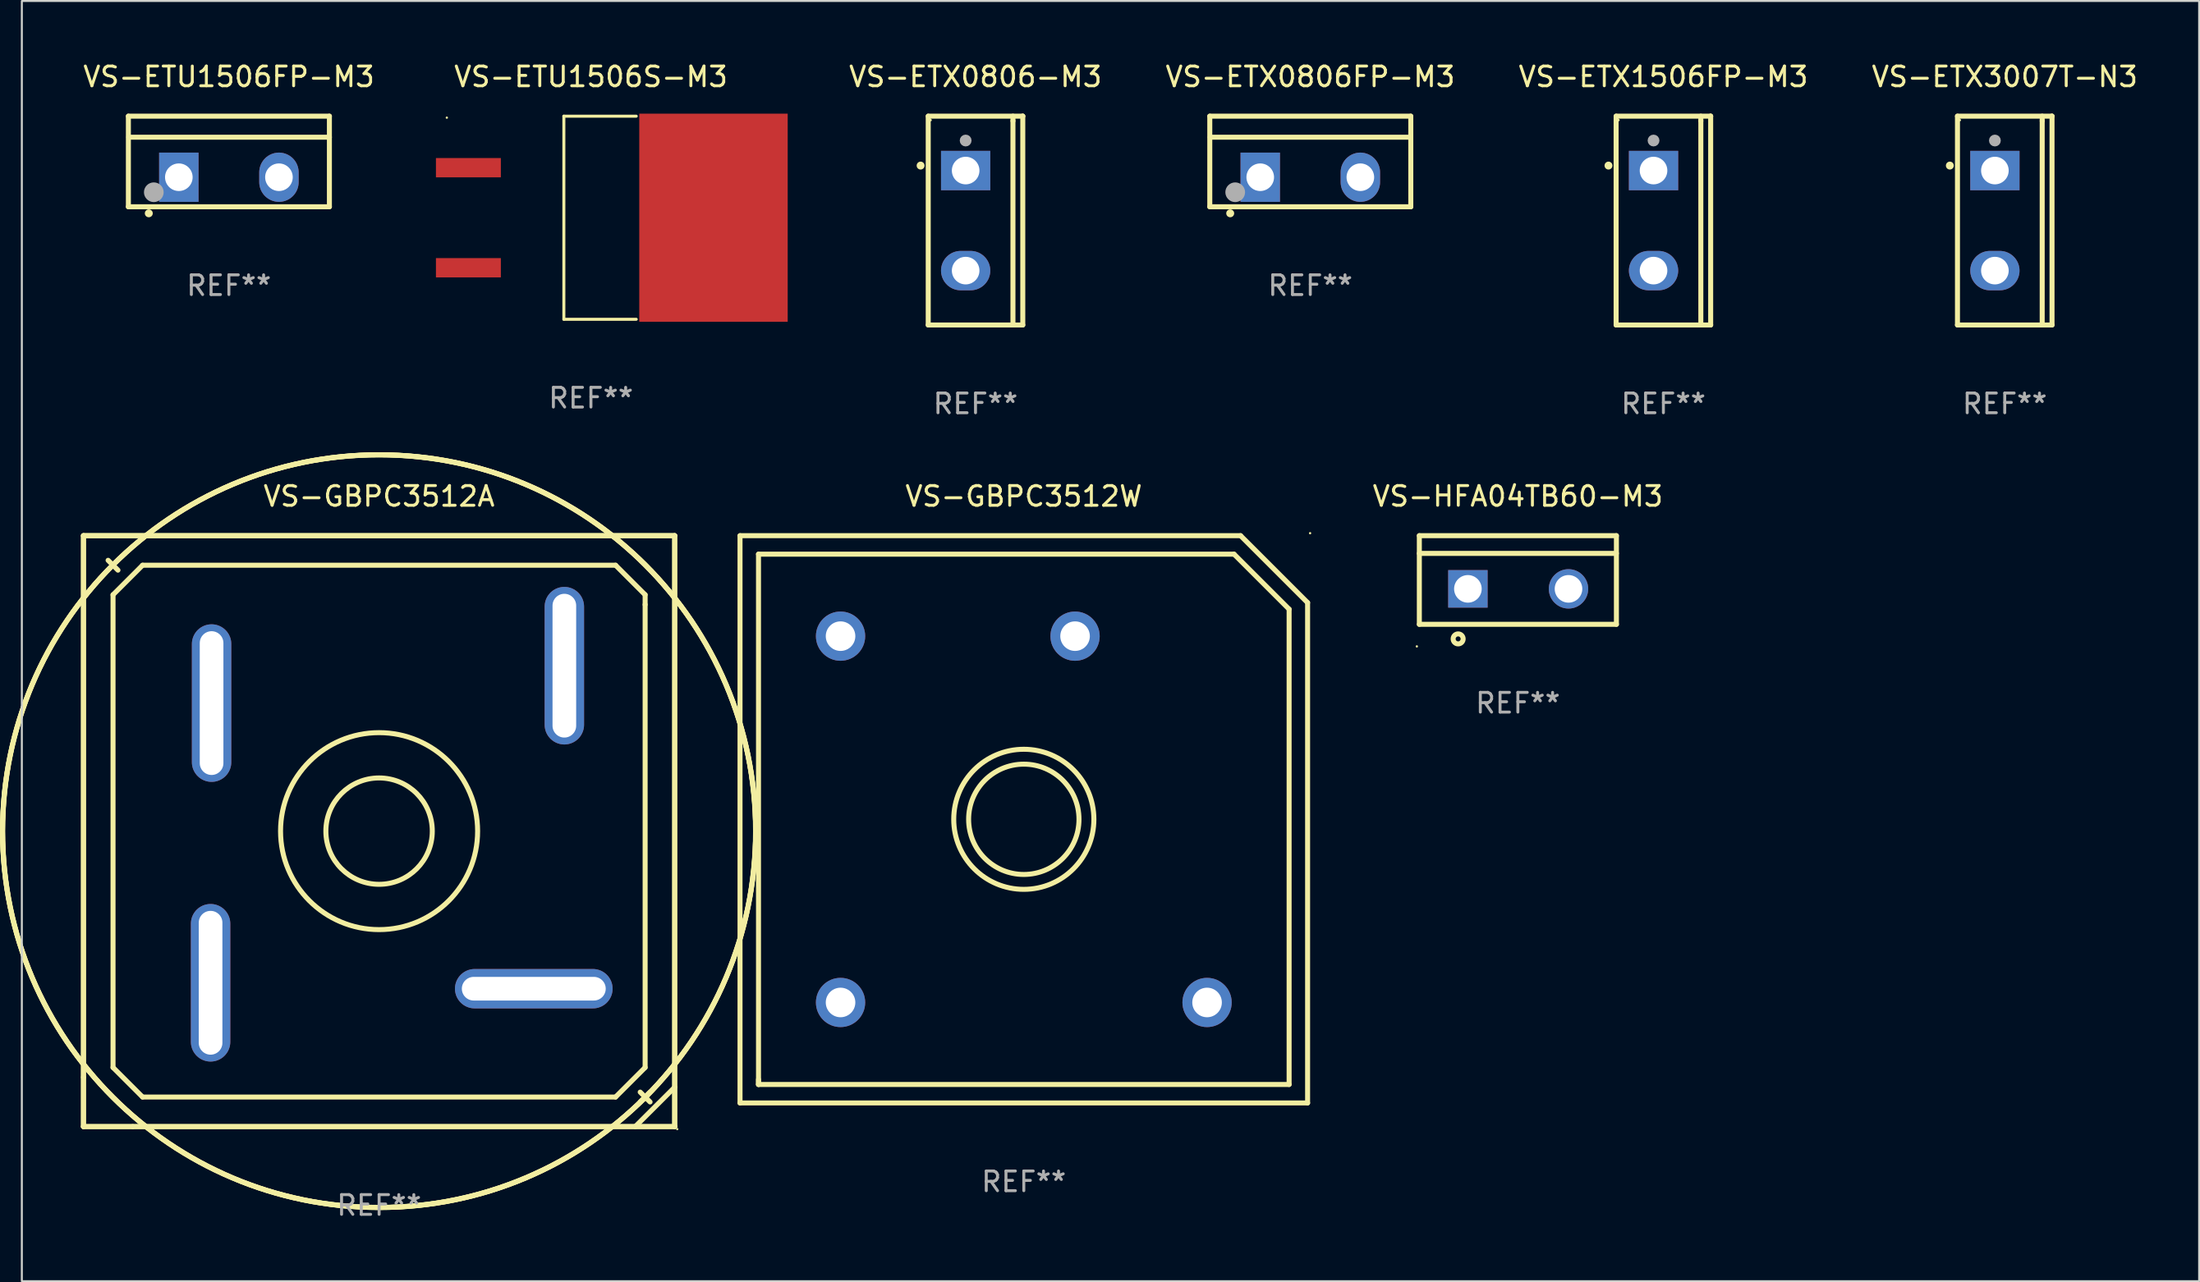
<source format=kicad_pcb>
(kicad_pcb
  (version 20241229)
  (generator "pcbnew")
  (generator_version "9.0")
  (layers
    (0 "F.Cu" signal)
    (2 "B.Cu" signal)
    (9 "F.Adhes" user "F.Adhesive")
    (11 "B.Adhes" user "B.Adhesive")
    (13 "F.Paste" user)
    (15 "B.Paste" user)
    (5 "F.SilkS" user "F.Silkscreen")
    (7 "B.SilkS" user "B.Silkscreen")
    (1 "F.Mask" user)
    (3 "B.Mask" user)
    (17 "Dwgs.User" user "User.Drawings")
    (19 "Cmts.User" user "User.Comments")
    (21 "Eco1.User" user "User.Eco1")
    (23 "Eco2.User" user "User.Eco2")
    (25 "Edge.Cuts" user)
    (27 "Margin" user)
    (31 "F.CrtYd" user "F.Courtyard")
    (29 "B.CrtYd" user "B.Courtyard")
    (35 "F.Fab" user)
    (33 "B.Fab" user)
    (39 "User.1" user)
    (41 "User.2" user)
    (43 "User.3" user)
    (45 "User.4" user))
  (footprint "VS-ETX0806FP-M3"
    (layer "F.Cu")
    (at 62.379 5.148)
    (property "Reference" "VS-ETX0806FP-M3" (at 0 -4.3 0) (layer "F.SilkS") (effects (font (size 1 1) (thickness 0.15))))
    (attr through_hole)
    (fp_line (start -5.1 -2.3) (end -5.1 2.3) (stroke (width 0.254) (type solid)) (layer "F.SilkS"))
    (fp_line (start -5.1 2.3) (end 5.1 2.3) (stroke (width 0.254) (type solid)) (layer "F.SilkS"))
    (fp_line (start -5.08 -1.232) (end 5.1 -1.232) (stroke (width 0.254) (type solid)) (layer "F.SilkS"))
    (fp_line (start 5.1 -2.3) (end -5.1 -2.3) (stroke (width 0.254) (type solid)) (layer "F.SilkS"))
    (fp_line (start 5.1 -2.3) (end 5.1 2.3) (stroke (width 0.254) (type solid)) (layer "F.SilkS"))
    (fp_arc (start -4.065278 2.632004) (mid -4.064008 2.632) (end -4.062738 2.632004) (stroke (width 0.4) (type solid)) (layer "F.SilkS"))
    (fp_circle (center -5.1 2.32) (end -5.07 2.32) (stroke (width 0.06) (type solid)) (fill no) (layer "F.SilkS"))
    (fp_circle (center -3.81 1.562) (end -3.56 1.562) (stroke (width 0.5) (type solid)) (fill no) (layer "F.Fab"))
    (fp_text user "REF**" (at 0 6.3 0) (layer "F.Fab") (effects (font (size 1 1) (thickness 0.15))))
    (pad "1" thru_hole rect (at -2.54 0.8) (size 2 2.5) (drill 1.4) (layers "*.Cu" "*.Mask"))
    (pad "2" thru_hole oval (at 2.54 0.8) (size 2 2.5) (drill 1.4) (layers "*.Cu" "*.Mask")))
  (footprint "VS-GBPC3512W"
    (layer "F.Cu")
    (at 47.842 38.547)
    (property "Reference" "VS-GBPC3512W" (at 0 -16.4 0) (layer "F.SilkS") (effects (font (size 1 1) (thickness 0.15))))
    (attr through_hole)
    (fp_line (start -14.4 14.4) (end 14.4 14.4) (stroke (width 0.254) (type solid)) (layer "F.SilkS"))
    (fp_line (start -14.4 14.4) (end -14.4 -14.4) (stroke (width 0.254) (type solid)) (layer "F.SilkS"))
    (fp_line (start -13.462 -13.462) (end 10.668 -13.462) (stroke (width 0.254) (type solid)) (layer "F.SilkS"))
    (fp_line (start -13.462 13.462) (end -13.462 -13.462) (stroke (width 0.254) (type solid)) (layer "F.SilkS"))
    (fp_line (start -13.462 13.462) (end -13.462 13.208) (stroke (width 0.254) (type solid)) (layer "F.SilkS"))
    (fp_line (start 10.668 -13.462) (end 13.462 -10.668) (stroke (width 0.254) (type solid)) (layer "F.SilkS"))
    (fp_line (start 11 -14.4) (end -14.4 -14.4) (stroke (width 0.254) (type solid)) (layer "F.SilkS"))
    (fp_line (start 11 -14.4) (end 14.4 -11) (stroke (width 0.254) (type solid)) (layer "F.SilkS"))
    (fp_line (start 13.462 -10.668) (end 13.462 13.462) (stroke (width 0.254) (type solid)) (layer "F.SilkS"))
    (fp_line (start 13.462 13.462) (end -13.462 13.462) (stroke (width 0.254) (type solid)) (layer "F.SilkS"))
    (fp_line (start 14.4 14.4) (end 14.4 -11) (stroke (width 0.254) (type solid)) (layer "F.SilkS"))
    (fp_circle (center 0 -0.000381) (end 2.8 -0.000381) (stroke (width 0.254) (type solid)) (fill no) (layer "F.SilkS"))
    (fp_circle (center 0 -0.000381) (end 3.556 -0.000381) (stroke (width 0.254) (type solid)) (fill no) (layer "F.SilkS"))
    (fp_circle (center 14.527 -14.527) (end 14.557 -14.527) (stroke (width 0.06) (type solid)) (fill no) (layer "F.SilkS"))
    (fp_text user "REF**" (at 0 18.4 0) (layer "F.Fab") (effects (font (size 1 1) (thickness 0.15))))
    (pad "1" thru_hole circle (at 2.601 -9.299) (size 2.5 2.5) (drill 1.5) (layers "*.Cu" "*.Mask"))
    (pad "2" thru_hole circle (at 9.299 9.299) (size 2.5 2.5) (drill 1.5) (layers "*.Cu" "*.Mask"))
    (pad "3" thru_hole circle (at -9.299 9.299) (size 2.5 2.5) (drill 1.5) (layers "*.Cu" "*.Mask"))
    (pad "4" thru_hole circle (at -9.299 -9.299) (size 2.5 2.5) (drill 1.5) (layers "*.Cu" "*.Mask")))
  (footprint "VS-ETX1506FP-M3"
    (layer "F.Cu")
    (at 80.296 8.149)
    (property "Reference" "VS-ETX1506FP-M3" (at 0 -7.301 0) (layer "F.SilkS") (effects (font (size 1 1) (thickness 0.15))))
    (attr through_hole)
    (fp_line (start -2.399 -5.301) (end 2.394 -5.301) (stroke (width 0.254) (type solid)) (layer "F.SilkS"))
    (fp_line (start -2.399 5.301) (end -2.399 -5.301) (stroke (width 0.254) (type solid)) (layer "F.SilkS"))
    (fp_line (start 1.9 -5.061) (end 1.9 -5.3) (stroke (width 0.254) (type solid)) (layer "F.SilkS"))
    (fp_line (start 1.9 5.3) (end 1.9 -5.061) (stroke (width 0.254) (type solid)) (layer "F.SilkS"))
    (fp_line (start 2.394 -5.301) (end 2.399 -5.301) (stroke (width 0.254) (type solid)) (layer "F.SilkS"))
    (fp_line (start 2.399 -5.301) (end 2.399 5.301) (stroke (width 0.254) (type solid)) (layer "F.SilkS"))
    (fp_line (start 2.399 5.301) (end -2.399 5.301) (stroke (width 0.254) (type solid)) (layer "F.SilkS"))
    (fp_arc (start -2.786043 -2.791466) (mid -2.786047 -2.792736) (end -2.786043 -2.794006) (stroke (width 0.4) (type solid)) (layer "F.SilkS"))
    (fp_circle (center -2.275 -5.1) (end -2.245 -5.1) (stroke (width 0.06) (type solid)) (fill no) (layer "F.SilkS"))
    (fp_circle (center -0.5 -4.064) (end -0.35 -4.064) (stroke (width 0.3) (type solid)) (fill no) (layer "F.Fab"))
    (fp_text user "REF**" (at 0 9.301 0) (layer "F.Fab") (effects (font (size 1 1) (thickness 0.15))))
    (pad "1" thru_hole rect (at -0.5 -2.54 270) (size 2 2.5) (drill 1.4) (layers "*.Cu" "*.Mask"))
    (pad "3" thru_hole oval (at -0.5 2.54 270) (size 2 2.5) (drill 1.4) (layers "*.Cu" "*.Mask")))
  (footprint "VS-HFA04TB60-M3"
    (layer "F.Cu")
    (at 72.912 26.397)
    (property "Reference" "VS-HFA04TB60-M3" (at 0 -4.25 0) (layer "F.SilkS") (effects (font (size 1 1) (thickness 0.15))))
    (attr through_hole)
    (fp_line (start -5 -2.25) (end 5 -2.25) (stroke (width 0.254) (type solid)) (layer "F.SilkS"))
    (fp_line (start -5 -1.351) (end 5 -1.351) (stroke (width 0.254) (type solid)) (layer "F.SilkS"))
    (fp_line (start -5 2.25) (end -5 -2.25) (stroke (width 0.254) (type solid)) (layer "F.SilkS"))
    (fp_line (start -5 2.25) (end 5 2.25) (stroke (width 0.254) (type solid)) (layer "F.SilkS"))
    (fp_line (start 5 2.25) (end 5 -2.25) (stroke (width 0.254) (type solid)) (layer "F.SilkS"))
    (fp_circle (center -5.127 3.371) (end -5.097 3.371) (stroke (width 0.06) (type solid)) (fill no) (layer "F.SilkS"))
    (fp_circle (center -3.031 2.99) (end -2.777 2.99) (stroke (width 0.254) (type solid)) (fill no) (layer "F.SilkS"))
    (fp_text user "REF**" (at 0 6.25 0) (layer "F.Fab") (effects (font (size 1 1) (thickness 0.15))))
    (pad "1" thru_hole rect (at -2.536 0.45 90) (size 1.905 2) (drill 1.4) (layers "*.Cu" "*.Mask"))
    (pad "3" thru_hole circle (at 2.569 0.45) (size 2 2) (drill 1.4) (layers "*.Cu" "*.Mask")))
  (footprint "VS-ETU1506FP-M3"
    (layer "F.Cu")
    (at 7.506 5.148)
    (property "Reference" "VS-ETU1506FP-M3" (at 0 -4.3 0) (layer "F.SilkS") (effects (font (size 1 1) (thickness 0.15))))
    (attr through_hole)
    (fp_line (start -5.1 -2.3) (end -5.1 2.3) (stroke (width 0.254) (type solid)) (layer "F.SilkS"))
    (fp_line (start -5.1 2.3) (end 5.1 2.3) (stroke (width 0.254) (type solid)) (layer "F.SilkS"))
    (fp_line (start -5.08 -1.232) (end 5.1 -1.232) (stroke (width 0.254) (type solid)) (layer "F.SilkS"))
    (fp_line (start 5.1 -2.3) (end -5.1 -2.3) (stroke (width 0.254) (type solid)) (layer "F.SilkS"))
    (fp_line (start 5.1 -2.3) (end 5.1 2.3) (stroke (width 0.254) (type solid)) (layer "F.SilkS"))
    (fp_arc (start -4.065278 2.632004) (mid -4.064008 2.632) (end -4.062738 2.632004) (stroke (width 0.4) (type solid)) (layer "F.SilkS"))
    (fp_circle (center -5.1 2.32) (end -5.07 2.32) (stroke (width 0.06) (type solid)) (fill no) (layer "F.SilkS"))
    (fp_circle (center -3.81 1.562) (end -3.56 1.562) (stroke (width 0.5) (type solid)) (fill no) (layer "F.Fab"))
    (fp_text user "REF**" (at 0 6.3 0) (layer "F.Fab") (effects (font (size 1 1) (thickness 0.15))))
    (pad "1" thru_hole rect (at -2.54 0.8) (size 2 2.5) (drill 1.4) (layers "*.Cu" "*.Mask"))
    (pad "2" thru_hole oval (at 2.54 0.8) (size 2 2.5) (drill 1.4) (layers "*.Cu" "*.Mask")))
  (footprint "VS-GBPC3512A"
    (layer "F.Cu")
    (at 15.128 39.147)
    (property "Reference" "VS-GBPC3512A" (at 0 -17 0) (layer "F.SilkS") (effects (font (size 1 1) (thickness 0.15))))
    (attr through_hole)
    (fp_line (start -15.001 -15) (end 14.999 -15) (stroke (width 0.254) (type solid)) (layer "F.SilkS"))
    (fp_line (start -15.001 -15) (end 14.999 -15) (stroke (width 0.254) (type solid)) (layer "F.SilkS"))
    (fp_line (start -15.001 12.5) (end -15.001 -15) (stroke (width 0.254) (type solid)) (layer "F.SilkS"))
    (fp_line (start -15.001 15) (end -15.001 -15) (stroke (width 0.254) (type solid)) (layer "F.SilkS"))
    (fp_line (start -15.001 15) (end -15.001 12.5) (stroke (width 0.254) (type solid)) (layer "F.SilkS"))
    (fp_line (start -13.751 -13.75) (end -13.251 -13.25) (stroke (width 0.254) (type solid)) (layer "F.SilkS"))
    (fp_line (start -13.501 -12) (end -12.001 -13.5) (stroke (width 0.254) (type solid)) (layer "F.SilkS"))
    (fp_line (start -13.501 12) (end -13.501 -12) (stroke (width 0.254) (type solid)) (layer "F.SilkS"))
    (fp_line (start -12.501 15) (end -15.001 15) (stroke (width 0.254) (type solid)) (layer "F.SilkS"))
    (fp_line (start -12.001 -13.5) (end 11.999 -13.5) (stroke (width 0.254) (type solid)) (layer "F.SilkS"))
    (fp_line (start -12.001 13.5) (end -13.501 12) (stroke (width 0.254) (type solid)) (layer "F.SilkS"))
    (fp_line (start 11.999 -13.5) (end 13.499 -12) (stroke (width 0.254) (type solid)) (layer "F.SilkS"))
    (fp_line (start 11.999 13.5) (end -12.001 13.5) (stroke (width 0.254) (type solid)) (layer "F.SilkS"))
    (fp_line (start 12.999 14.999) (end 15.001 13) (stroke (width 0.254) (type solid)) (layer "F.SilkS"))
    (fp_line (start 13.499 -12) (end 13.499 -11.5) (stroke (width 0.254) (type solid)) (layer "F.SilkS"))
    (fp_line (start 13.499 -11.5) (end 13.499 12) (stroke (width 0.254) (type solid)) (layer "F.SilkS"))
    (fp_line (start 13.499 12) (end 11.999 13.5) (stroke (width 0.254) (type solid)) (layer "F.SilkS"))
    (fp_line (start 13.749 13.25) (end 13.249 13.75) (stroke (width 0.254) (type solid)) (layer "F.SilkS"))
    (fp_line (start 13.749 13.75) (end 13.249 13.25) (stroke (width 0.254) (type solid)) (layer "F.SilkS"))
    (fp_line (start 14.999 -15) (end 14.999 15) (stroke (width 0.254) (type solid)) (layer "F.SilkS"))
    (fp_line (start 14.999 -15) (end 14.999 15) (stroke (width 0.254) (type solid)) (layer "F.SilkS"))
    (fp_line (start 14.999 15) (end -15.001 15) (stroke (width 0.254) (type solid)) (layer "F.SilkS"))
    (fp_line (start 14.999 15) (end -12.501 15) (stroke (width 0.254) (type solid)) (layer "F.SilkS"))
    (fp_arc (start -13.002413 13.993155) (mid 13.002391 -13.993133) (end -13.002413 13.993155) (stroke (width 0.254001) (type solid)) (layer "F.SilkS"))
    (fp_arc (start 13.002667 -14.00362) (mid -13.002645 14.003598) (end 13.002667 -14.00362) (stroke (width 0.254001) (type solid)) (layer "F.SilkS"))
    (fp_arc (start 14.000635 -13.005144) (mid -14.000657 13.005166) (end 14.000635 -13.005144) (stroke (width 0.254001) (type solid)) (layer "F.SilkS"))
    (fp_circle (center -0.001 -0.000013) (end 2.699 -0.000013) (stroke (width 0.254) (type solid)) (fill no) (layer "F.SilkS"))
    (fp_circle (center -0.001 -0.000013) (end 4.999 -0.000013) (stroke (width 0.254) (type solid)) (fill no) (layer "F.SilkS"))
    (fp_circle (center 15.128 15.127) (end 15.158 15.127) (stroke (width 0.06) (type solid)) (fill no) (layer "F.SilkS"))
    (fp_text user "REF**" (at 0 19 0) (layer "F.Fab") (effects (font (size 1 1) (thickness 0.15))))
    (pad "1" thru_hole oval (at 7.849 8 90) (size 2 8) (drill oval 1.2 7.301) (layers "*.Cu" "*.Mask"))
    (pad "2" thru_hole oval (at -8.551 7.699) (size 2 8) (drill oval 1.2 7.301) (layers "*.Cu" "*.Mask"))
    (pad "3" thru_hole oval (at 9.4 -8.4 180) (size 2 8) (drill oval 1.2 7.299) (layers "*.Cu" "*.Mask"))
    (pad "4" thru_hole oval (at -8.5 -6.501 180) (size 2 8) (drill oval 1.2 7.299) (layers "*.Cu" "*.Mask")))
  (footprint "VS-ETU1506S-M3"
    (layer "F.Cu")
    (at 25.877 8.004)
    (property "Reference" "VS-ETU1506S-M3" (at 0 -7.156 0) (layer "F.SilkS") (effects (font (size 1 1) (thickness 0.15))))
    (attr through_hole)
    (fp_line (start -1.374 -5.156) (end -1.374 5.156) (stroke (width 0.152) (type solid)) (layer "F.SilkS"))
    (fp_line (start 2.3 -5.156) (end -1.374 -5.156) (stroke (width 0.152) (type solid)) (layer "F.SilkS"))
    (fp_line (start 2.3 5.156) (end -1.374 5.156) (stroke (width 0.152) (type solid)) (layer "F.SilkS"))
    (fp_circle (center -7.313 -5.08) (end -7.283 -5.08) (stroke (width 0.06) (type solid)) (fill no) (layer "F.SilkS"))
    (fp_text user "REF**" (at 0 9.156 0) (layer "F.Fab") (effects (font (size 1 1) (thickness 0.15))))
    (pad "1" smd rect (at -6.218 -2.54) (size 3.294 0.98) (layers "F.Cu" "F.Mask" "F.Paste"))
    (pad "2" smd rect (at 6.218 0) (size 7.532 10.566) (layers "F.Cu" "F.Mask" "F.Paste"))
    (pad "3" smd rect (at -6.218 2.54) (size 3.294 0.98) (layers "F.Cu" "F.Mask" "F.Paste")))
  (footprint "VS-ETX3007T-N3"
    (layer "F.Cu")
    (at 97.617 8.149)
    (property "Reference" "VS-ETX3007T-N3" (at 0 -7.301 0) (layer "F.SilkS") (effects (font (size 1 1) (thickness 0.15))))
    (attr through_hole)
    (fp_line (start -2.399 -5.301) (end 2.394 -5.301) (stroke (width 0.254) (type solid)) (layer "F.SilkS"))
    (fp_line (start -2.399 5.301) (end -2.399 -5.301) (stroke (width 0.254) (type solid)) (layer "F.SilkS"))
    (fp_line (start 1.9 -5.061) (end 1.9 -5.3) (stroke (width 0.254) (type solid)) (layer "F.SilkS"))
    (fp_line (start 1.9 5.3) (end 1.9 -5.061) (stroke (width 0.254) (type solid)) (layer "F.SilkS"))
    (fp_line (start 2.394 -5.301) (end 2.399 -5.301) (stroke (width 0.254) (type solid)) (layer "F.SilkS"))
    (fp_line (start 2.399 -5.301) (end 2.399 5.301) (stroke (width 0.254) (type solid)) (layer "F.SilkS"))
    (fp_line (start 2.399 5.301) (end -2.399 5.301) (stroke (width 0.254) (type solid)) (layer "F.SilkS"))
    (fp_arc (start -2.786043 -2.791466) (mid -2.786047 -2.792736) (end -2.786043 -2.794006) (stroke (width 0.4) (type solid)) (layer "F.SilkS"))
    (fp_circle (center -2.275 -5.1) (end -2.245 -5.1) (stroke (width 0.06) (type solid)) (fill no) (layer "F.SilkS"))
    (fp_circle (center -0.5 -4.064) (end -0.35 -4.064) (stroke (width 0.3) (type solid)) (fill no) (layer "F.Fab"))
    (fp_text user "REF**" (at 0 9.301 0) (layer "F.Fab") (effects (font (size 1 1) (thickness 0.15))))
    (pad "1" thru_hole rect (at -0.5 -2.54 270) (size 2 2.5) (drill 1.4) (layers "*.Cu" "*.Mask"))
    (pad "3" thru_hole oval (at -0.5 2.54 270) (size 2 2.5) (drill 1.4) (layers "*.Cu" "*.Mask")))
  (footprint "VS-ETX0806-M3"
    (layer "F.Cu")
    (at 45.391 8.149)
    (property "Reference" "VS-ETX0806-M3" (at 0 -7.301 0) (layer "F.SilkS") (effects (font (size 1 1) (thickness 0.15))))
    (attr through_hole)
    (fp_line (start -2.399 -5.301) (end 2.394 -5.301) (stroke (width 0.254) (type solid)) (layer "F.SilkS"))
    (fp_line (start -2.399 5.301) (end -2.399 -5.301) (stroke (width 0.254) (type solid)) (layer "F.SilkS"))
    (fp_line (start 1.9 -5.061) (end 1.9 -5.3) (stroke (width 0.254) (type solid)) (layer "F.SilkS"))
    (fp_line (start 1.9 5.3) (end 1.9 -5.061) (stroke (width 0.254) (type solid)) (layer "F.SilkS"))
    (fp_line (start 2.394 -5.301) (end 2.399 -5.301) (stroke (width 0.254) (type solid)) (layer "F.SilkS"))
    (fp_line (start 2.399 -5.301) (end 2.399 5.301) (stroke (width 0.254) (type solid)) (layer "F.SilkS"))
    (fp_line (start 2.399 5.301) (end -2.399 5.301) (stroke (width 0.254) (type solid)) (layer "F.SilkS"))
    (fp_arc (start -2.786043 -2.791466) (mid -2.786047 -2.792736) (end -2.786043 -2.794006) (stroke (width 0.4) (type solid)) (layer "F.SilkS"))
    (fp_circle (center -2.275 -5.1) (end -2.245 -5.1) (stroke (width 0.06) (type solid)) (fill no) (layer "F.SilkS"))
    (fp_circle (center -0.5 -4.064) (end -0.35 -4.064) (stroke (width 0.3) (type solid)) (fill no) (layer "F.Fab"))
    (fp_text user "REF**" (at 0 9.301 0) (layer "F.Fab") (effects (font (size 1 1) (thickness 0.15))))
    (pad "1" thru_hole rect (at -0.5 -2.54 270) (size 2 2.5) (drill 1.4) (layers "*.Cu" "*.Mask"))
    (pad "3" thru_hole oval (at -0.5 2.54 270) (size 2 2.5) (drill 1.4) (layers "*.Cu" "*.Mask")))
  (gr_rect
    (start -3 -3)
    (end 107.48 61.995)
    (stroke (width 0.1) (type default))
    (fill no)
    (layer "Edge.Cuts")))
</source>
